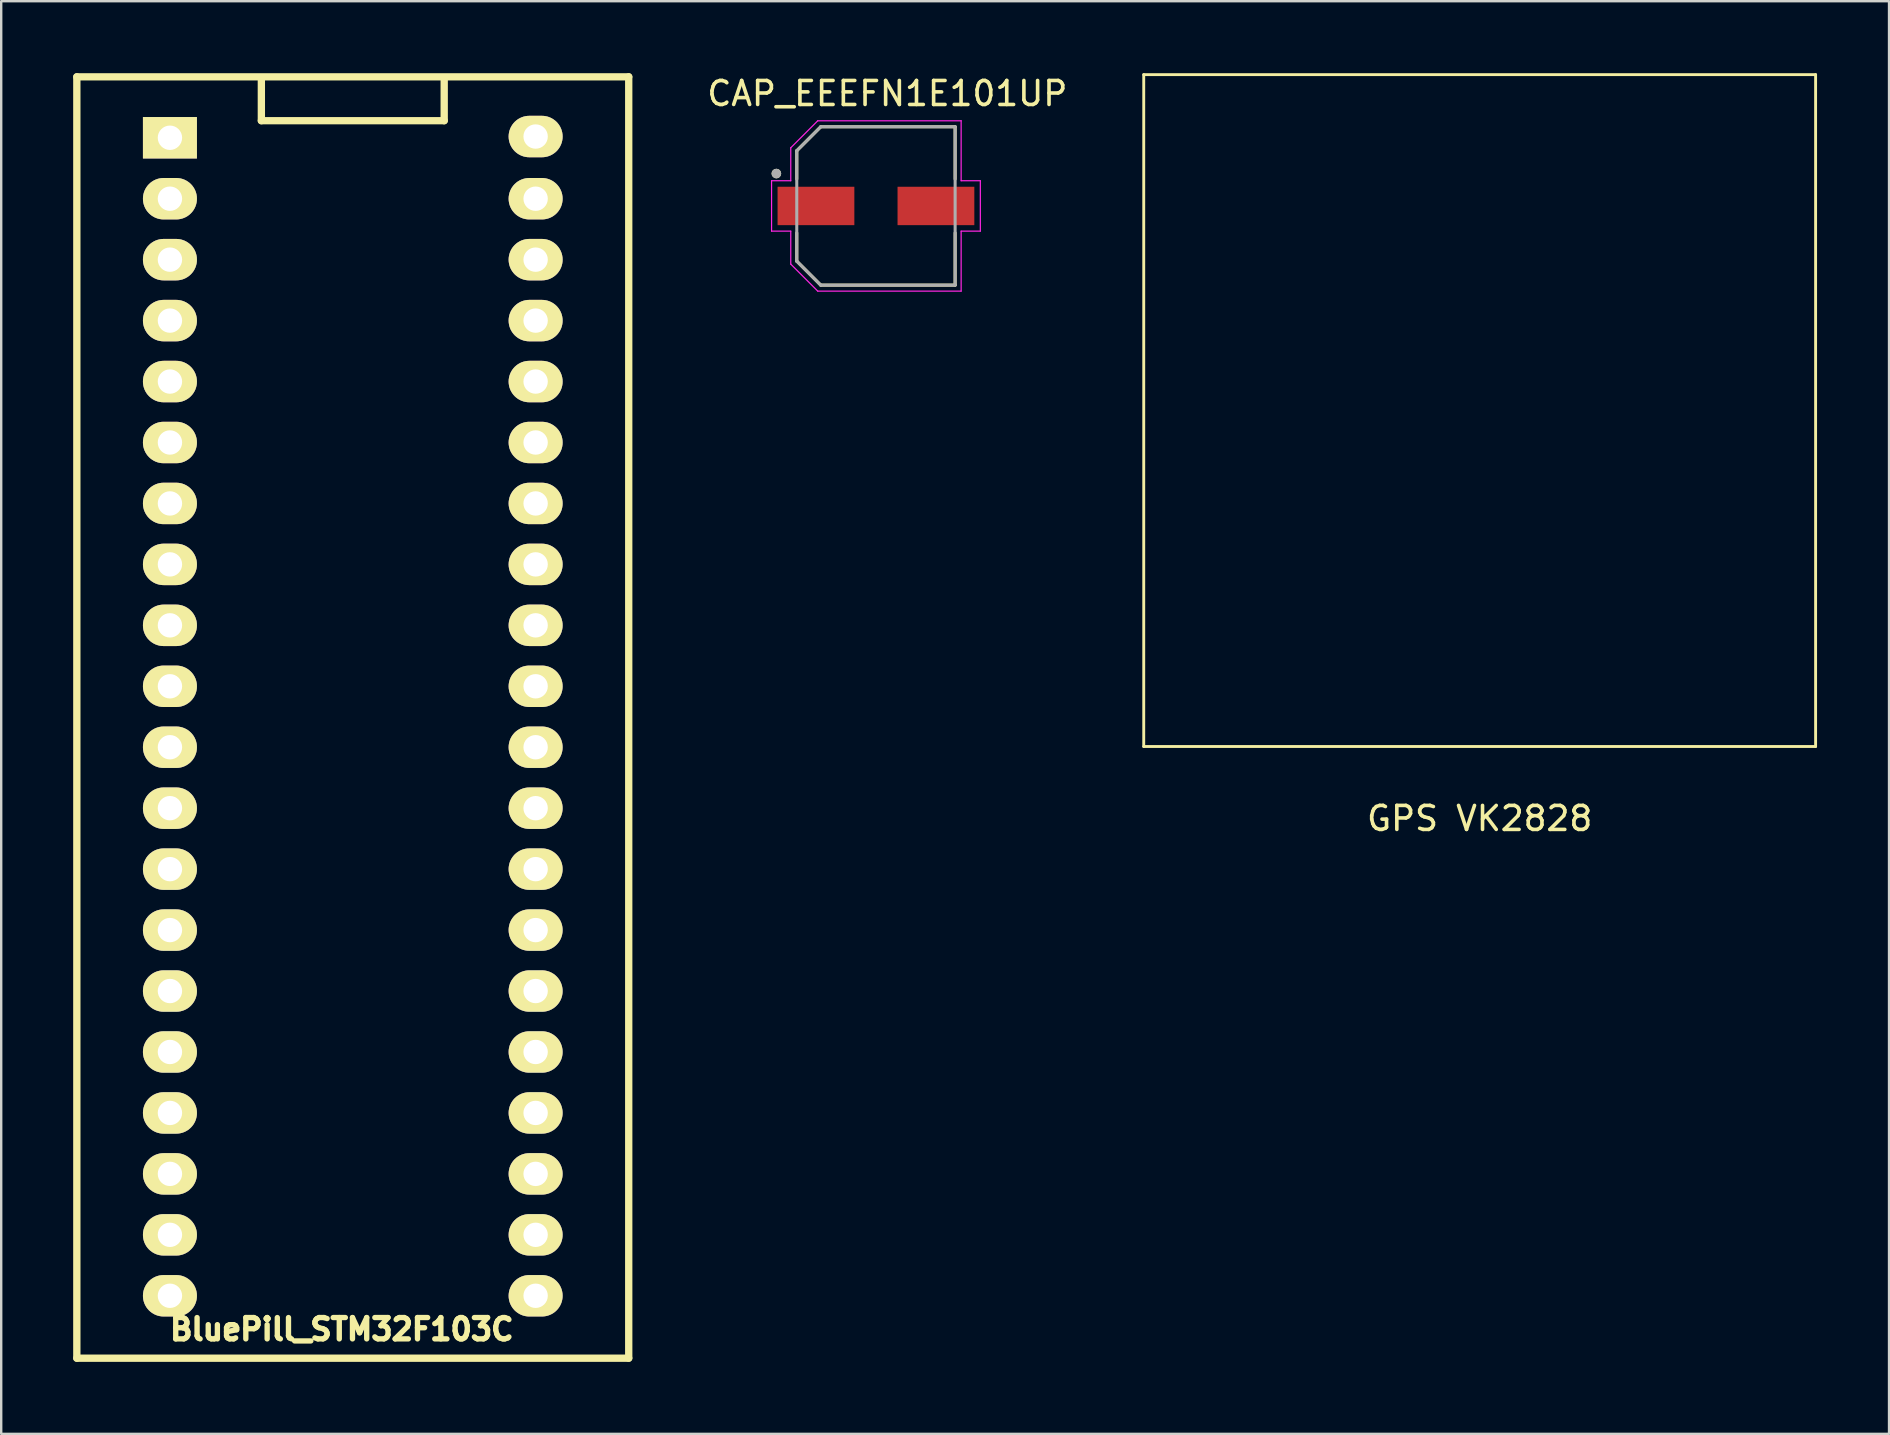
<source format=kicad_pcb>
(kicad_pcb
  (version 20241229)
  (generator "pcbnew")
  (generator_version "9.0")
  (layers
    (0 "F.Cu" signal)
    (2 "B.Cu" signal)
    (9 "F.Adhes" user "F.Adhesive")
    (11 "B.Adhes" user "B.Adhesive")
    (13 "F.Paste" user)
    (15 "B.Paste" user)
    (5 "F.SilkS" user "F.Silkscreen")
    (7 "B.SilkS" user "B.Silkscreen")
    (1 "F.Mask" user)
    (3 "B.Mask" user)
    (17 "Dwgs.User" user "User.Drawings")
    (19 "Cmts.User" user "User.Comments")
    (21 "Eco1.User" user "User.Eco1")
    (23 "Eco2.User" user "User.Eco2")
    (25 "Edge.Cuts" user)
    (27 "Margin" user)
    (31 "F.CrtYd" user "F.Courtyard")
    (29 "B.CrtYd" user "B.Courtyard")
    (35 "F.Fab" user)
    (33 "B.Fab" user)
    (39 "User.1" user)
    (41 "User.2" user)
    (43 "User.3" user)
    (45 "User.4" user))
  (footprint "BluePill_STM32F103C"
    (layer "F.Cu")
    (at 4.032 2.742)
    (property "Reference" "BluePill_STM32F103C" (at 7.163 49.606 180) (layer "F.SilkS") (effects (font (size 0.889 0.889) (thickness 0.305))))
    (attr through_hole)
    (fp_line (start -3.88 -2.59) (end 19.12 -2.59) (stroke (width 0.305) (type solid)) (layer "F.SilkS"))
    (fp_line (start -3.88 50.81) (end -3.88 -2.59) (stroke (width 0.305) (type solid)) (layer "F.SilkS"))
    (fp_line (start 3.81 -2.54) (end 3.81 -0.762) (stroke (width 0.305) (type solid)) (layer "F.SilkS"))
    (fp_line (start 3.81 -0.762) (end 11.43 -0.762) (stroke (width 0.305) (type solid)) (layer "F.SilkS"))
    (fp_line (start 11.43 -0.762) (end 11.43 -2.54) (stroke (width 0.305) (type solid)) (layer "F.SilkS"))
    (fp_line (start 19.12 -2.59) (end 19.12 50.81) (stroke (width 0.305) (type solid)) (layer "F.SilkS"))
    (fp_line (start 19.12 50.81) (end -3.88 50.81) (stroke (width 0.305) (type solid)) (layer "F.SilkS"))
    (pad "1" thru_hole rect (at 0 -0.051 270) (size 1.727 2.25) (drill 1.016) (layers "*.Cu" "*.Mask" "F.SilkS"))
    (pad "2" thru_hole oval (at 0 2.489 270) (size 1.727 2.25) (drill 1.016) (layers "*.Cu" "*.Mask" "F.SilkS"))
    (pad "3" thru_hole oval (at 0 5.029 270) (size 1.727 2.25) (drill 1.016) (layers "*.Cu" "*.Mask" "F.SilkS"))
    (pad "4" thru_hole oval (at 0 7.569 270) (size 1.727 2.25) (drill 1.016) (layers "*.Cu" "*.Mask" "F.SilkS"))
    (pad "5" thru_hole oval (at 0 10.109 270) (size 1.727 2.25) (drill 1.016) (layers "*.Cu" "*.Mask" "F.SilkS"))
    (pad "6" thru_hole oval (at 0 12.649 270) (size 1.727 2.25) (drill 1.016) (layers "*.Cu" "*.Mask" "F.SilkS"))
    (pad "7" thru_hole oval (at 0 15.189 270) (size 1.727 2.25) (drill 1.016) (layers "*.Cu" "*.Mask" "F.SilkS"))
    (pad "8" thru_hole oval (at 0 17.729 270) (size 1.727 2.25) (drill 1.016) (layers "*.Cu" "*.Mask" "F.SilkS"))
    (pad "9" thru_hole oval (at 0 20.269 270) (size 1.727 2.25) (drill 1.016) (layers "*.Cu" "*.Mask" "F.SilkS"))
    (pad "10" thru_hole oval (at 0 22.809 270) (size 1.727 2.25) (drill 1.016) (layers "*.Cu" "*.Mask" "F.SilkS"))
    (pad "11" thru_hole oval (at 0 25.349 270) (size 1.727 2.25) (drill 1.016) (layers "*.Cu" "*.Mask" "F.SilkS"))
    (pad "12" thru_hole oval (at 0 27.889 270) (size 1.727 2.25) (drill 1.016) (layers "*.Cu" "*.Mask" "F.SilkS"))
    (pad "13" thru_hole oval (at 0 30.429 270) (size 1.727 2.25) (drill 1.016) (layers "*.Cu" "*.Mask" "F.SilkS"))
    (pad "14" thru_hole oval (at 0 32.969 270) (size 1.727 2.25) (drill 1.016) (layers "*.Cu" "*.Mask" "F.SilkS"))
    (pad "15" thru_hole oval (at 0 35.509 270) (size 1.727 2.25) (drill 1.016) (layers "*.Cu" "*.Mask" "F.SilkS"))
    (pad "16" thru_hole oval (at 0 38.049 270) (size 1.727 2.25) (drill 1.016) (layers "*.Cu" "*.Mask" "F.SilkS"))
    (pad "17" thru_hole oval (at 0 40.589 270) (size 1.727 2.25) (drill 1.016) (layers "*.Cu" "*.Mask" "F.SilkS"))
    (pad "18" thru_hole oval (at 0 43.129 270) (size 1.727 2.25) (drill 1.016) (layers "*.Cu" "*.Mask" "F.SilkS"))
    (pad "19" thru_hole oval (at 0 45.669 270) (size 1.727 2.25) (drill 1.016) (layers "*.Cu" "*.Mask" "F.SilkS"))
    (pad "20" thru_hole oval (at 0 48.209 270) (size 1.727 2.25) (drill 1.016) (layers "*.Cu" "*.Mask" "F.SilkS"))
    (pad "21" thru_hole oval (at 15.24 48.209 90) (size 1.727 2.25) (drill 1.016) (layers "*.Cu" "*.Mask" "F.SilkS"))
    (pad "22" thru_hole oval (at 15.24 45.669 90) (size 1.727 2.25) (drill 1.016) (layers "*.Cu" "*.Mask" "F.SilkS"))
    (pad "23" thru_hole oval (at 15.24 43.129 90) (size 1.727 2.25) (drill 1.016) (layers "*.Cu" "*.Mask" "F.SilkS"))
    (pad "24" thru_hole oval (at 15.24 40.589 90) (size 1.727 2.25) (drill 1.016) (layers "*.Cu" "*.Mask" "F.SilkS"))
    (pad "25" thru_hole oval (at 15.24 38.049 90) (size 1.727 2.25) (drill 1.016) (layers "*.Cu" "*.Mask" "F.SilkS"))
    (pad "26" thru_hole oval (at 15.24 35.509 90) (size 1.727 2.25) (drill 1.016) (layers "*.Cu" "*.Mask" "F.SilkS"))
    (pad "27" thru_hole oval (at 15.24 32.969 90) (size 1.727 2.25) (drill 1.016) (layers "*.Cu" "*.Mask" "F.SilkS"))
    (pad "28" thru_hole oval (at 15.24 30.429 90) (size 1.727 2.25) (drill 1.016) (layers "*.Cu" "*.Mask" "F.SilkS"))
    (pad "29" thru_hole oval (at 15.24 27.889 90) (size 1.727 2.25) (drill 1.016) (layers "*.Cu" "*.Mask" "F.SilkS"))
    (pad "30" thru_hole oval (at 15.24 25.349 90) (size 1.727 2.25) (drill 1.016) (layers "*.Cu" "*.Mask" "F.SilkS"))
    (pad "31" thru_hole oval (at 15.24 22.809 90) (size 1.727 2.25) (drill 1.016) (layers "*.Cu" "*.Mask" "F.SilkS"))
    (pad "32" thru_hole oval (at 15.24 20.269 90) (size 1.727 2.25) (drill 1.016) (layers "*.Cu" "*.Mask" "F.SilkS"))
    (pad "33" thru_hole oval (at 15.24 17.729 90) (size 1.727 2.25) (drill 1.016) (layers "*.Cu" "*.Mask" "F.SilkS"))
    (pad "34" thru_hole oval (at 15.24 15.189 90) (size 1.727 2.25) (drill 1.016) (layers "*.Cu" "*.Mask" "F.SilkS"))
    (pad "35" thru_hole oval (at 15.24 12.649 90) (size 1.727 2.25) (drill 1.016) (layers "*.Cu" "*.Mask" "F.SilkS"))
    (pad "36" thru_hole oval (at 15.24 10.109 90) (size 1.727 2.25) (drill 1.016) (layers "*.Cu" "*.Mask" "F.SilkS"))
    (pad "37" thru_hole oval (at 15.24 7.569 90) (size 1.727 2.25) (drill 1.016) (layers "*.Cu" "*.Mask" "F.SilkS"))
    (pad "38" thru_hole oval (at 15.24 5.029 90) (size 1.727 2.25) (drill 1.016) (layers "*.Cu" "*.Mask" "F.SilkS"))
    (pad "39" thru_hole oval (at 15.24 2.489 90) (size 1.727 2.25) (drill 1.016) (layers "*.Cu" "*.Mask" "F.SilkS"))
    (pad "40" thru_hole oval (at 15.24 -0.102 90) (size 1.727 2.25) (drill 1.016) (layers "*.Cu" "*.Mask" "F.SilkS")))
  (footprint "GPS VK2828"
    (layer "F.Cu")
    (at 58.615 5.06)
    (property "Reference" "GPS VK2828" (at 0 26 0) (layer "F.SilkS") (effects (font (size 1 1) (thickness 0.15))))
    (attr through_hole)
    (fp_line (start -14 -5) (end -14 23) (stroke (width 0.12) (type solid)) (layer "F.SilkS"))
    (fp_line (start -14 -5) (end 14 -5) (stroke (width 0.12) (type solid)) (layer "F.SilkS"))
    (fp_line (start -14 23) (end 14 23) (stroke (width 0.12) (type solid)) (layer "F.SilkS"))
    (fp_line (start 14 -5) (end 14 23) (stroke (width 0.12) (type solid)) (layer "F.SilkS")))
  (footprint "CAP_EEEFN1E101UP"
    (layer "F.Cu")
    (at 33.455 5.533)
    (property "Reference" "CAP_EEEFN1E101UP" (at 0.475 -4.685 0) (layer "F.SilkS") (effects (font (size 1 1) (thickness 0.15))))
    (attr through_hole)
    (fp_line (start -3.3 -2.3) (end -3.3 -1.12) (stroke (width 0.127) (type solid)) (layer "F.SilkS"))
    (fp_line (start -3.3 1.12) (end -3.3 2.3) (stroke (width 0.127) (type solid)) (layer "F.SilkS"))
    (fp_line (start -3.3 2.3) (end -2.3 3.3) (stroke (width 0.127) (type solid)) (layer "F.SilkS"))
    (fp_line (start -2.3 -3.3) (end -3.3 -2.3) (stroke (width 0.127) (type solid)) (layer "F.SilkS"))
    (fp_line (start -2.3 3.3) (end 3.3 3.3) (stroke (width 0.127) (type solid)) (layer "F.SilkS"))
    (fp_line (start 3.3 -3.3) (end -2.3 -3.3) (stroke (width 0.127) (type solid)) (layer "F.SilkS"))
    (fp_line (start 3.3 -1.12) (end 3.3 -3.3) (stroke (width 0.127) (type solid)) (layer "F.SilkS"))
    (fp_line (start 3.3 3.3) (end 3.3 1.12) (stroke (width 0.127) (type solid)) (layer "F.SilkS"))
    (fp_circle (center -4.15 -1.35) (end -4.05 -1.35) (stroke (width 0.2) (type solid)) (fill no) (layer "F.SilkS"))
    (fp_line (start -4.35 -1.05) (end -3.55 -1.05) (stroke (width 0.05) (type solid)) (layer "F.CrtYd"))
    (fp_line (start -4.35 1.05) (end -4.35 -1.05) (stroke (width 0.05) (type solid)) (layer "F.CrtYd"))
    (fp_line (start -3.55 -2.425) (end -2.425 -3.55) (stroke (width 0.05) (type solid)) (layer "F.CrtYd"))
    (fp_line (start -3.55 -1.05) (end -3.55 -2.425) (stroke (width 0.05) (type solid)) (layer "F.CrtYd"))
    (fp_line (start -3.55 1.05) (end -4.35 1.05) (stroke (width 0.05) (type solid)) (layer "F.CrtYd"))
    (fp_line (start -3.55 2.425) (end -3.55 1.05) (stroke (width 0.05) (type solid)) (layer "F.CrtYd"))
    (fp_line (start -2.425 -3.55) (end 3.55 -3.55) (stroke (width 0.05) (type solid)) (layer "F.CrtYd"))
    (fp_line (start -2.425 3.55) (end -3.55 2.425) (stroke (width 0.05) (type solid)) (layer "F.CrtYd"))
    (fp_line (start 3.55 -3.55) (end 3.55 -1.05) (stroke (width 0.05) (type solid)) (layer "F.CrtYd"))
    (fp_line (start 3.55 -1.05) (end 4.35 -1.05) (stroke (width 0.05) (type solid)) (layer "F.CrtYd"))
    (fp_line (start 3.55 1.05) (end 3.55 3.55) (stroke (width 0.05) (type solid)) (layer "F.CrtYd"))
    (fp_line (start 3.55 3.55) (end -2.425 3.55) (stroke (width 0.05) (type solid)) (layer "F.CrtYd"))
    (fp_line (start 4.35 -1.05) (end 4.35 1.05) (stroke (width 0.05) (type solid)) (layer "F.CrtYd"))
    (fp_line (start 4.35 1.05) (end 3.55 1.05) (stroke (width 0.05) (type solid)) (layer "F.CrtYd"))
    (fp_line (start -3.3 -2.3) (end -3.3 2.3) (stroke (width 0.127) (type solid)) (layer "F.Fab"))
    (fp_line (start -3.3 2.3) (end -2.3 3.3) (stroke (width 0.127) (type solid)) (layer "F.Fab"))
    (fp_line (start -2.3 -3.3) (end -3.3 -2.3) (stroke (width 0.127) (type solid)) (layer "F.Fab"))
    (fp_line (start -2.3 3.3) (end 3.3 3.3) (stroke (width 0.127) (type solid)) (layer "F.Fab"))
    (fp_line (start 3.3 -3.3) (end -2.3 -3.3) (stroke (width 0.127) (type solid)) (layer "F.Fab"))
    (fp_line (start 3.3 3.3) (end 3.3 -3.3) (stroke (width 0.127) (type solid)) (layer "F.Fab"))
    (fp_circle (center -4.15 -1.35) (end -4.05 -1.35) (stroke (width 0.2) (type solid)) (fill no) (layer "F.Fab"))
    (pad "1" smd rect (at -2.5 0) (size 3.2 1.6) (layers "F.Cu" "F.Mask" "F.Paste"))
    (pad "2" smd rect (at 2.5 0) (size 3.2 1.6) (layers "F.Cu" "F.Mask" "F.Paste")))
  (gr_rect
    (start -3 -3)
    (end 75.675 56.705)
    (stroke (width 0.1) (type default))
    (fill no)
    (layer "Edge.Cuts")))
</source>
